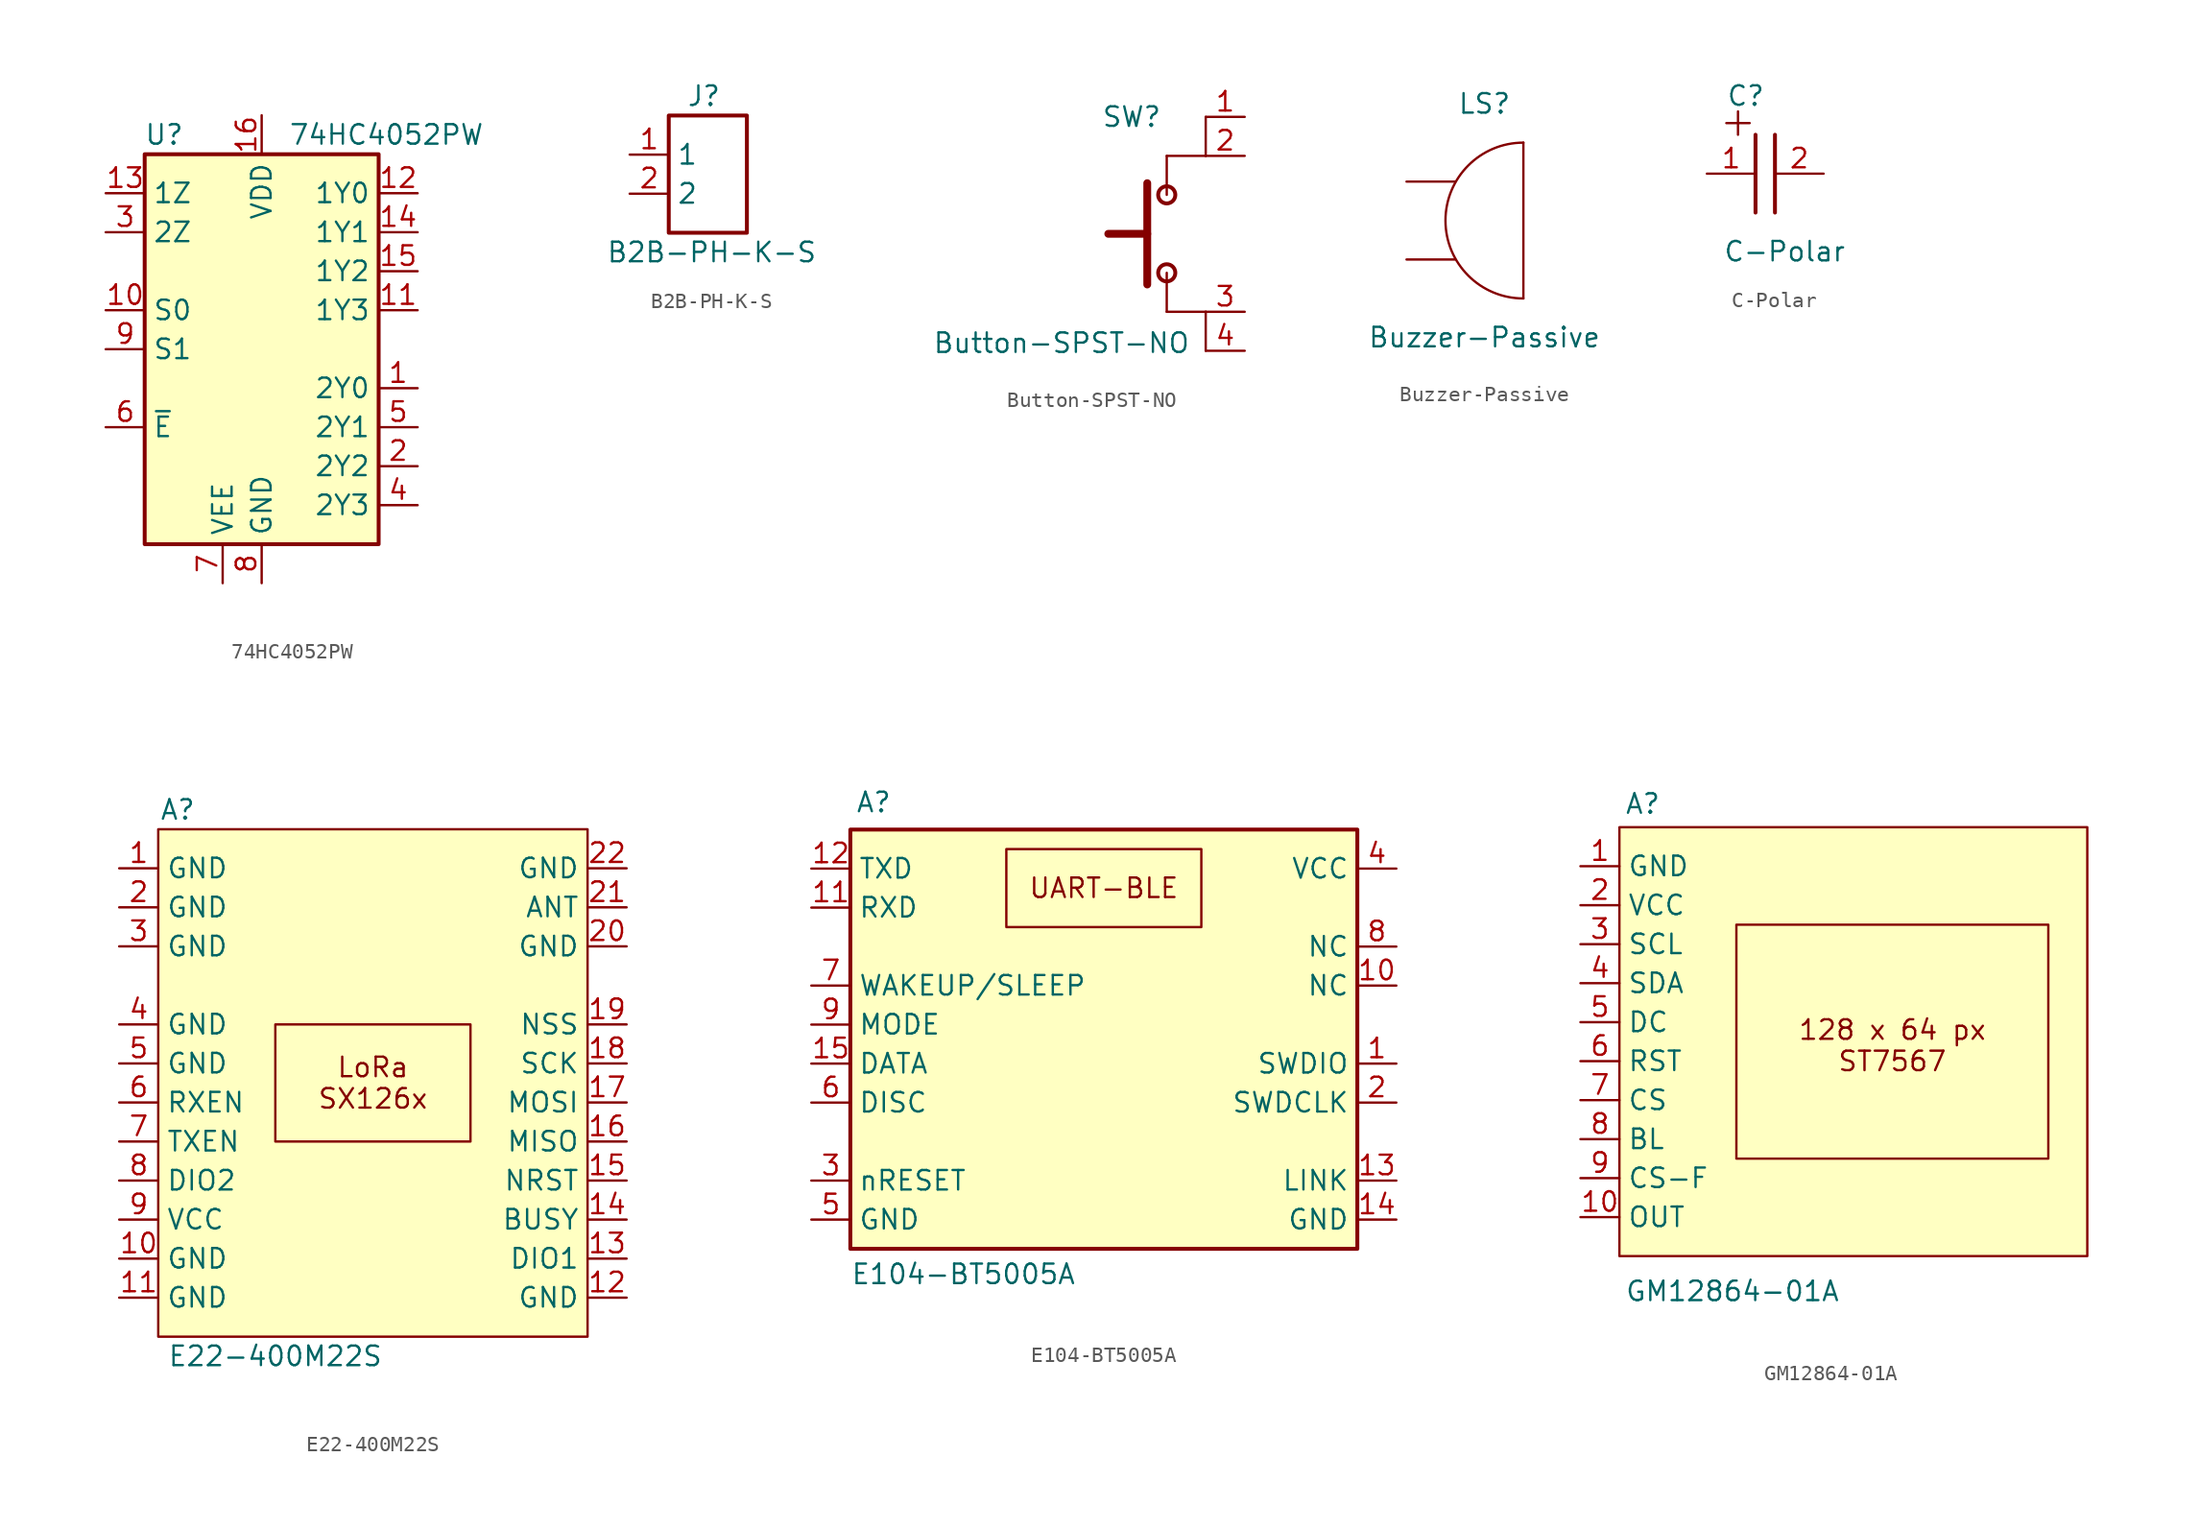
<source format=kicad_sym>
(kicad_symbol_lib
  (version 20241209)
  (generator "kicad_symbol_editor")
  (generator_version "9.0")
  (symbol "74HC4052PW"
    (property "Reference" "U"
      (at 3.81 3.81 0)
      (effects (font (size 1.27 1.27))))
    (property "Value" "74HC4052PW"
      (at 18.288 3.81 0)
      (effects (font (size 1.27 1.27))))
    (symbol "74HC4052PW_0_1"
      (rectangle (start 2.54 2.54) (end 17.78 -22.86) (stroke (width 0.254) (type default)) (fill (type background))))
    (symbol "74HC4052PW_1_1"
      (pin unspecified line (at 0 0 0) (length 2.54) (name "1Z" (effects (font (size 1.27 1.27)))) (number "13" (effects (font (size 1.27 1.27)))))
      (pin unspecified line (at 0 -2.54 0) (length 2.54) (name "2Z" (effects (font (size 1.27 1.27)))) (number "3" (effects (font (size 1.27 1.27)))))
      (pin unspecified line (at 0 -7.62 0) (length 2.54) (name "S0" (effects (font (size 1.27 1.27)))) (number "10" (effects (font (size 1.27 1.27)))))
      (pin unspecified line (at 0 -10.16 0) (length 2.54) (name "S1" (effects (font (size 1.27 1.27)))) (number "9" (effects (font (size 1.27 1.27)))))
      (pin unspecified line (at 0 -15.24 0) (length 2.54) (name "~{E}" (effects (font (size 1.27 1.27)))) (number "6" (effects (font (size 1.27 1.27)))))
      (pin unspecified line (at 7.62 -25.4 90) (length 2.54) (name "VEE" (effects (font (size 1.27 1.27)))) (number "7" (effects (font (size 1.27 1.27)))))
      (pin unspecified line (at 10.16 5.08 270) (length 2.54) (name "VDD" (effects (font (size 1.27 1.27)))) (number "16" (effects (font (size 1.27 1.27)))))
      (pin unspecified line (at 10.16 -25.4 90) (length 2.54) (name "GND" (effects (font (size 1.27 1.27)))) (number "8" (effects (font (size 1.27 1.27)))))
      (pin unspecified line (at 20.32 0 180) (length 2.54) (name "1Y0" (effects (font (size 1.27 1.27)))) (number "12" (effects (font (size 1.27 1.27)))))
      (pin unspecified line (at 20.32 -2.54 180) (length 2.54) (name "1Y1" (effects (font (size 1.27 1.27)))) (number "14" (effects (font (size 1.27 1.27)))))
      (pin unspecified line (at 20.32 -5.08 180) (length 2.54) (name "1Y2" (effects (font (size 1.27 1.27)))) (number "15" (effects (font (size 1.27 1.27)))))
      (pin unspecified line (at 20.32 -7.62 180) (length 2.54) (name "1Y3" (effects (font (size 1.27 1.27)))) (number "11" (effects (font (size 1.27 1.27)))))
      (pin unspecified line (at 20.32 -12.7 180) (length 2.54) (name "2Y0" (effects (font (size 1.27 1.27)))) (number "1" (effects (font (size 1.27 1.27)))))
      (pin unspecified line (at 20.32 -15.24 180) (length 2.54) (name "2Y1" (effects (font (size 1.27 1.27)))) (number "5" (effects (font (size 1.27 1.27)))))
      (pin unspecified line (at 20.32 -17.78 180) (length 2.54) (name "2Y2" (effects (font (size 1.27 1.27)))) (number "2" (effects (font (size 1.27 1.27)))))
      (pin unspecified line (at 20.32 -20.32 180) (length 2.54) (name "2Y3" (effects (font (size 1.27 1.27)))) (number "4" (effects (font (size 1.27 1.27)))))))
  (symbol "B2B-PH-K-S"
    (property "Reference" "J"
      (at 4.826 3.81 0)
      (effects (font (size 1.27 1.27))))
    (property "Value" "B2B-PH-K-S"
      (at 5.334 -6.35 0)
      (effects (font (size 1.27 1.27))))
    (symbol "B2B-PH-K-S_0_1"
      (rectangle (start 2.54 2.54) (end 7.62 -5.08) (stroke (width 0.254) (type default)) (fill (type none))))
    (symbol "B2B-PH-K-S_1_1"
      (pin unspecified line (at 0 0 0) (length 2.54) (name "1" (effects (font (size 1.27 1.27)))) (number "1" (effects (font (size 1.27 1.27)))))
      (pin unspecified line (at 0 -2.54 0) (length 2.54) (name "2" (effects (font (size 1.27 1.27)))) (number "2" (effects (font (size 1.27 1.27)))))))
  (symbol "Button-SPST-NO"
    (pin_names
      (offset 1.016)
      (hide yes))
    (property "Reference" "SW"
      (at -7.366 2.54 0)
      (effects (font (size 1.27 1.27))))
    (property "Value" "Button-SPST-NO"
      (at -11.938 -12.192 0)
      (effects (font (size 1.27 1.27))))
    (symbol "Button-SPST-NO_0_1"
      (polyline (pts (xy -6.35 -1.778) (xy -6.35 -8.382)) (stroke (width 0.508) (type default)) (fill (type none)))
      (polyline (pts (xy -6.35 -5.08) (xy -8.89 -5.08)) (stroke (width 0.508) (type default)) (fill (type none)))
      (polyline (pts (xy -5.08 0) (xy -5.08 -2.54)) (stroke (width 0) (type default)) (fill (type none)))
      (polyline (pts (xy -5.08 0) (xy -2.54 0)) (stroke (width 0) (type default)) (fill (type none)))
      (circle (center -5.08 -2.54) (radius 0.559) (stroke (width 0.254) (type default)) (fill (type none)))
      (circle (center -5.08 -7.62) (radius 0.559) (stroke (width 0.254) (type default)) (fill (type none)))
      (polyline (pts (xy -5.08 -10.16) (xy -5.08 -7.62)) (stroke (width 0) (type default)) (fill (type none)))
      (polyline (pts (xy -5.08 -10.16) (xy -2.54 -10.16)) (stroke (width 0) (type default)) (fill (type none)))
      (polyline (pts (xy -2.54 2.54) (xy -2.54 0)) (stroke (width 0) (type default)) (fill (type none)))
      (polyline (pts (xy -2.54 -10.16) (xy -2.54 -12.7)) (stroke (width 0) (type default)) (fill (type none))))
    (symbol "Button-SPST-NO_1_1"
      (pin unspecified line (at 0 2.54 180) (length 2.54) (name "1" (effects (font (size 1.27 1.27)))) (number "1" (effects (font (size 1.27 1.27)))))
      (pin unspecified line (at 0 0 180) (length 2.54) (name "2" (effects (font (size 1.27 1.27)))) (number "2" (effects (font (size 1.27 1.27)))))
      (pin unspecified line (at 0 -10.16 180) (length 2.54) (name "2" (effects (font (size 1.27 1.27)))) (number "3" (effects (font (size 1.27 1.27)))))
      (pin unspecified line (at 0 -12.7 180) (length 2.54) (name "2" (effects (font (size 1.27 1.27)))) (number "4" (effects (font (size 1.27 1.27)))))))
  (symbol "Buzzer-Passive"
    (pin_numbers
      (hide yes))
    (pin_names
      (offset 1.016)
      (hide yes))
    (property "Reference" "LS"
      (at 5.08 5.08 0)
      (effects (font (size 1.27 1.27))))
    (property "Value" "Buzzer-Passive"
      (at 5.08 -10.16 0)
      (effects (font (size 1.27 1.27))))
    (symbol "Buzzer-Passive_0_0"
      (polyline (pts (xy 7.62 2.54) (xy 7.62 -7.62)) (stroke (width 0) (type default)) (fill (type none)))
      (arc (start 7.62 -7.62) (mid 2.5621 -2.54) (end 7.62 2.54) (stroke (width 0) (type default)) (fill (type none))))
    (symbol "Buzzer-Passive_1_1"
      (pin unspecified line (at 0 0 0) (length 3.175) (name "1" (effects (font (size 1.27 1.27)))) (number "1" (effects (font (size 1.27 1.27)))))
      (pin unspecified line (at 0 -5.08 0) (length 3.175) (name "2" (effects (font (size 1.27 1.27)))) (number "2" (effects (font (size 1.27 1.27)))))))
  (symbol "C-Polar"
    (pin_names
      (offset 1.016)
      (hide yes))
    (property "Reference" "C"
      (at 2.54 5.08 0)
      (effects (font (size 1.27 1.27))))
    (property "Value" "C-Polar"
      (at 5.08 -5.08 0)
      (effects (font (size 1.27 1.27))))
    (symbol "C-Polar_0_0"
      (polyline (pts (xy 1.27 3.302) (xy 2.794 3.302)) (stroke (width 0) (type default)) (fill (type none)))
      (polyline (pts (xy 2.032 4.064) (xy 2.032 2.54)) (stroke (width 0) (type default)) (fill (type none))))
    (symbol "C-Polar_0_1"
      (polyline (pts (xy 3.175 2.54) (xy 3.175 -2.54)) (stroke (width 0.254) (type default)) (fill (type none)))
      (polyline (pts (xy 4.445 2.54) (xy 4.445 -2.54)) (stroke (width 0.254) (type default)) (fill (type none))))
    (symbol "C-Polar_1_1"
      (pin unspecified line (at 0 0 0) (length 3.175) (name "1" (effects (font (size 1.27 1.27)))) (number "1" (effects (font (size 1.27 1.27)))))
      (pin unspecified line (at 7.62 0 180) (length 3.175) (name "2" (effects (font (size 1.27 1.27)))) (number "2" (effects (font (size 1.27 1.27)))))))
  (symbol "E22-400M22S"
    (property "Reference" "A"
      (at 3.81 3.81 0)
      (effects (font (size 1.27 1.27))))
    (property "Value" "E22-400M22S"
      (at 10.16 -31.75 0)
      (effects (font (size 1.27 1.27))))
    (symbol "E22-400M22S_0_0"
      (rectangle (start 2.54 2.54) (end 30.48 -30.48) (stroke (width 0) (type default)) (fill (type background)))
      (rectangle (start 10.16 -10.16) (end 22.86 -17.78) (stroke (width 0) (type default)) (fill (type none))))
    (symbol "E22-400M22S_1_1"
      (text "LoRa\nSX126x" (at 16.51 -13.97 0) (effects (font (size 1.27 1.27))))
      (pin unspecified line (at 0 0 0) (length 2.54) (name "GND" (effects (font (size 1.27 1.27)))) (number "1" (effects (font (size 1.27 1.27)))))
      (pin unspecified line (at 0 -2.54 0) (length 2.54) (name "GND" (effects (font (size 1.27 1.27)))) (number "2" (effects (font (size 1.27 1.27)))))
      (pin unspecified line (at 0 -5.08 0) (length 2.54) (name "GND" (effects (font (size 1.27 1.27)))) (number "3" (effects (font (size 1.27 1.27)))))
      (pin unspecified line (at 0 -10.16 0) (length 2.54) (name "GND" (effects (font (size 1.27 1.27)))) (number "4" (effects (font (size 1.27 1.27)))))
      (pin unspecified line (at 0 -12.7 0) (length 2.54) (name "GND" (effects (font (size 1.27 1.27)))) (number "5" (effects (font (size 1.27 1.27)))))
      (pin unspecified line (at 0 -15.24 0) (length 2.54) (name "RXEN" (effects (font (size 1.27 1.27)))) (number "6" (effects (font (size 1.27 1.27)))))
      (pin unspecified line (at 0 -17.78 0) (length 2.54) (name "TXEN" (effects (font (size 1.27 1.27)))) (number "7" (effects (font (size 1.27 1.27)))))
      (pin unspecified line (at 0 -20.32 0) (length 2.54) (name "DIO2" (effects (font (size 1.27 1.27)))) (number "8" (effects (font (size 1.27 1.27)))))
      (pin unspecified line (at 0 -22.86 0) (length 2.54) (name "VCC" (effects (font (size 1.27 1.27)))) (number "9" (effects (font (size 1.27 1.27)))))
      (pin unspecified line (at 0 -25.4 0) (length 2.54) (name "GND" (effects (font (size 1.27 1.27)))) (number "10" (effects (font (size 1.27 1.27)))))
      (pin unspecified line (at 0 -27.94 0) (length 2.54) (name "GND" (effects (font (size 1.27 1.27)))) (number "11" (effects (font (size 1.27 1.27)))))
      (pin unspecified line (at 33.02 0 180) (length 2.54) (name "GND" (effects (font (size 1.27 1.27)))) (number "22" (effects (font (size 1.27 1.27)))))
      (pin unspecified line (at 33.02 -2.54 180) (length 2.54) (name "ANT" (effects (font (size 1.27 1.27)))) (number "21" (effects (font (size 1.27 1.27)))))
      (pin unspecified line (at 33.02 -5.08 180) (length 2.54) (name "GND" (effects (font (size 1.27 1.27)))) (number "20" (effects (font (size 1.27 1.27)))))
      (pin unspecified line (at 33.02 -10.16 180) (length 2.54) (name "NSS" (effects (font (size 1.27 1.27)))) (number "19" (effects (font (size 1.27 1.27)))))
      (pin unspecified line (at 33.02 -12.7 180) (length 2.54) (name "SCK" (effects (font (size 1.27 1.27)))) (number "18" (effects (font (size 1.27 1.27)))))
      (pin unspecified line (at 33.02 -15.24 180) (length 2.54) (name "MOSI" (effects (font (size 1.27 1.27)))) (number "17" (effects (font (size 1.27 1.27)))))
      (pin unspecified line (at 33.02 -17.78 180) (length 2.54) (name "MISO" (effects (font (size 1.27 1.27)))) (number "16" (effects (font (size 1.27 1.27)))))
      (pin unspecified line (at 33.02 -20.32 180) (length 2.54) (name "NRST" (effects (font (size 1.27 1.27)))) (number "15" (effects (font (size 1.27 1.27)))))
      (pin unspecified line (at 33.02 -22.86 180) (length 2.54) (name "BUSY" (effects (font (size 1.27 1.27)))) (number "14" (effects (font (size 1.27 1.27)))))
      (pin unspecified line (at 33.02 -25.4 180) (length 2.54) (name "DIO1" (effects (font (size 1.27 1.27)))) (number "13" (effects (font (size 1.27 1.27)))))
      (pin unspecified line (at 33.02 -27.94 180) (length 2.54) (name "GND" (effects (font (size 1.27 1.27)))) (number "12" (effects (font (size 1.27 1.27)))))))
  (symbol "E104-BT5005A"
    (property "Reference" "A"
      (at 1.524 1.778 0)
      (effects (font (size 1.27 1.27))))
    (property "Value" "E104-BT5005A"
      (at 7.366 -28.956 0)
      (effects (font (size 1.27 1.27))))
    (symbol "E104-BT5005A_0_0"
      (rectangle (start 10.16 -1.27) (end 22.86 -6.35) (stroke (width 0) (type default)) (fill (type none))))
    (symbol "E104-BT5005A_0_1"
      (rectangle (start 0 0) (end 33.02 -27.305) (stroke (width 0.254) (type default)) (fill (type background))))
    (symbol "E104-BT5005A_1_1"
      (text "UART-BLE" (at 16.51 -3.81 0) (effects (font (size 1.27 1.27))))
      (pin unspecified line (at -2.54 -2.54 0) (length 2.54) (name "TXD" (effects (font (size 1.27 1.27)))) (number "12" (effects (font (size 1.27 1.27)))))
      (pin unspecified line (at -2.54 -5.08 0) (length 2.54) (name "RXD" (effects (font (size 1.27 1.27)))) (number "11" (effects (font (size 1.27 1.27)))))
      (pin unspecified line (at -2.54 -10.16 0) (length 2.54) (name "WAKEUP/SLEEP" (effects (font (size 1.27 1.27)))) (number "7" (effects (font (size 1.27 1.27)))))
      (pin unspecified line (at -2.54 -12.7 0) (length 2.54) (name "MODE" (effects (font (size 1.27 1.27)))) (number "9" (effects (font (size 1.27 1.27)))))
      (pin unspecified line (at -2.54 -15.24 0) (length 2.54) (name "DATA" (effects (font (size 1.27 1.27)))) (number "15" (effects (font (size 1.27 1.27)))))
      (pin unspecified line (at -2.54 -17.78 0) (length 2.54) (name "DISC" (effects (font (size 1.27 1.27)))) (number "6" (effects (font (size 1.27 1.27)))))
      (pin unspecified line (at -2.54 -22.86 0) (length 2.54) (name "nRESET" (effects (font (size 1.27 1.27)))) (number "3" (effects (font (size 1.27 1.27)))))
      (pin unspecified line (at -2.54 -25.4 0) (length 2.54) (name "GND" (effects (font (size 1.27 1.27)))) (number "5" (effects (font (size 1.27 1.27)))))
      (pin unspecified line (at 35.56 -2.54 180) (length 2.54) (name "VCC" (effects (font (size 1.27 1.27)))) (number "4" (effects (font (size 1.27 1.27)))))
      (pin unspecified line (at 35.56 -7.62 180) (length 2.54) (name "NC" (effects (font (size 1.27 1.27)))) (number "8" (effects (font (size 1.27 1.27)))))
      (pin unspecified line (at 35.56 -10.16 180) (length 2.54) (name "NC" (effects (font (size 1.27 1.27)))) (number "10" (effects (font (size 1.27 1.27)))))
      (pin unspecified line (at 35.56 -15.24 180) (length 2.54) (name "SWDIO" (effects (font (size 1.27 1.27)))) (number "1" (effects (font (size 1.27 1.27)))))
      (pin unspecified line (at 35.56 -17.78 180) (length 2.54) (name "SWDCLK" (effects (font (size 1.27 1.27)))) (number "2" (effects (font (size 1.27 1.27)))))
      (pin unspecified line (at 35.56 -22.86 180) (length 2.54) (name "LINK" (effects (font (size 1.27 1.27)))) (number "13" (effects (font (size 1.27 1.27)))))
      (pin unspecified line (at 35.56 -25.4 180) (length 2.54) (name "GND" (effects (font (size 1.27 1.27)))) (number "14" (effects (font (size 1.27 1.27)))))))
  (symbol "GM12864-01A"
    (property "Reference" "A"
      (at 4.064 4.064 0)
      (effects (font (size 1.27 1.27))))
    (property "Value" "GM12864-01A"
      (at 9.906 -27.686 0)
      (effects (font (size 1.27 1.27))))
    (symbol "GM12864-01A_0_1"
      (rectangle (start 2.54 2.54) (end 33.02 -25.4) (stroke (width 0) (type default)) (fill (type background)))
      (rectangle (start 10.16 -3.81) (end 30.48 -19.05) (stroke (width 0) (type default)) (fill (type none))))
    (symbol "GM12864-01A_1_1"
      (text "128 x 64 px\nST7567" (at 20.32 -11.684 0) (effects (font (size 1.27 1.27))))
      (pin unspecified line (at 0 0 0) (length 2.54) (name "GND" (effects (font (size 1.27 1.27)))) (number "1" (effects (font (size 1.27 1.27)))))
      (pin unspecified line (at 0 -2.54 0) (length 2.54) (name "VCC" (effects (font (size 1.27 1.27)))) (number "2" (effects (font (size 1.27 1.27)))))
      (pin unspecified line (at 0 -5.08 0) (length 2.54) (name "SCL" (effects (font (size 1.27 1.27)))) (number "3" (effects (font (size 1.27 1.27)))))
      (pin unspecified line (at 0 -7.62 0) (length 2.54) (name "SDA" (effects (font (size 1.27 1.27)))) (number "4" (effects (font (size 1.27 1.27)))))
      (pin unspecified line (at 0 -10.16 0) (length 2.54) (name "DC" (effects (font (size 1.27 1.27)))) (number "5" (effects (font (size 1.27 1.27)))))
      (pin unspecified line (at 0 -12.7 0) (length 2.54) (name "RST" (effects (font (size 1.27 1.27)))) (number "6" (effects (font (size 1.27 1.27)))))
      (pin unspecified line (at 0 -15.24 0) (length 2.54) (name "CS" (effects (font (size 1.27 1.27)))) (number "7" (effects (font (size 1.27 1.27)))))
      (pin unspecified line (at 0 -17.78 0) (length 2.54) (name "BL" (effects (font (size 1.27 1.27)))) (number "8" (effects (font (size 1.27 1.27)))))
      (pin unspecified line (at 0 -20.32 0) (length 2.54) (name "CS-F" (effects (font (size 1.27 1.27)))) (number "9" (effects (font (size 1.27 1.27)))))
      (pin unspecified line (at 0 -22.86 0) (length 2.54) (name "OUT" (effects (font (size 1.27 1.27)))) (number "10" (effects (font (size 1.27 1.27))))))))
</source>
